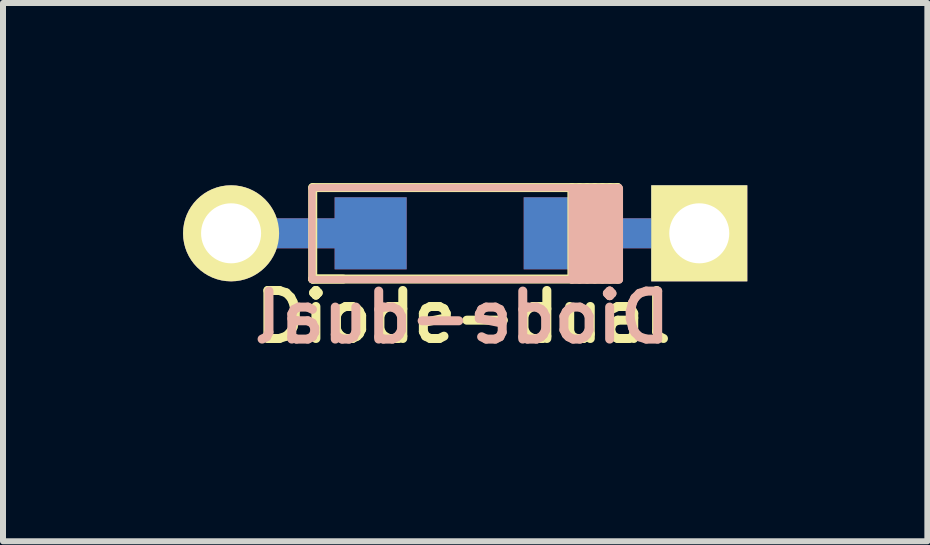
<source format=kicad_pcb>
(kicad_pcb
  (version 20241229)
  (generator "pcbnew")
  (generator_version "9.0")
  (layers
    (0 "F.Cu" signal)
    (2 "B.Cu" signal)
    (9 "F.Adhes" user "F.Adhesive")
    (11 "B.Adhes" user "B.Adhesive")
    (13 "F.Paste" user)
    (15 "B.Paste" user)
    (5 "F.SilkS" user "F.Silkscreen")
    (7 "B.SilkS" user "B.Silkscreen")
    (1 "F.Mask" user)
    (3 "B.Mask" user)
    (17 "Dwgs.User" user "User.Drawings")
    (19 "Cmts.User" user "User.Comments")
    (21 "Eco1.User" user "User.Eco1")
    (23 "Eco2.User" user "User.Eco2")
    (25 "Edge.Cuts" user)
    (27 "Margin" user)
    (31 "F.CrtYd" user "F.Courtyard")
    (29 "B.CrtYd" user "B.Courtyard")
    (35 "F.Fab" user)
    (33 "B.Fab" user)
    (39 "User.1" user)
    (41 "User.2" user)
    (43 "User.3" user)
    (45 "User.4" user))
  (footprint "Diode-dual"
    (layer "F.Cu")
    (at 4.7 0.837)
    (property "Reference" "Diode-dual" (at -0.03 1.39 0) (layer "F.SilkS") (effects (font (size 0.8 0.8) (thickness 0.15))))
    (attr smd)
    (fp_line (start -2.54 -0.762) (end -2.54 0.762) (stroke (width 0.15) (type solid)) (layer "F.SilkS"))
    (fp_line (start -2.54 0.762) (end -2.032 0.762) (stroke (width 0.15) (type solid)) (layer "F.SilkS"))
    (fp_line (start -2.54 0.762) (end 2.54 0.762) (stroke (width 0.15) (type solid)) (layer "F.SilkS"))
    (fp_line (start 1.778 0.762) (end 1.778 -0.762) (stroke (width 0.15) (type solid)) (layer "F.SilkS"))
    (fp_line (start 1.905 0.762) (end 1.905 -0.762) (stroke (width 0.15) (type solid)) (layer "F.SilkS"))
    (fp_line (start 2.032 -0.762) (end 2.032 0.762) (stroke (width 0.15) (type solid)) (layer "F.SilkS"))
    (fp_line (start 2.159 0.762) (end 2.159 -0.762) (stroke (width 0.15) (type solid)) (layer "F.SilkS"))
    (fp_line (start 2.286 -0.762) (end 2.286 0.762) (stroke (width 0.15) (type solid)) (layer "F.SilkS"))
    (fp_line (start 2.413 0.762) (end 2.413 -0.762) (stroke (width 0.15) (type solid)) (layer "F.SilkS"))
    (fp_line (start 2.54 -0.762) (end -2.54 -0.762) (stroke (width 0.15) (type solid)) (layer "F.SilkS"))
    (fp_line (start 2.54 0.762) (end 2.54 -0.762) (stroke (width 0.15) (type solid)) (layer "F.SilkS"))
    (fp_line (start -2.55 -0.76) (end 2.56 -0.76) (stroke (width 0.12) (type solid)) (layer "B.SilkS"))
    (fp_line (start -2.55 0.77) (end -2.55 -0.74) (stroke (width 0.12) (type solid)) (layer "B.SilkS"))
    (fp_line (start 2.57 -0.75) (end 2.57 0.77) (stroke (width 0.12) (type solid)) (layer "B.SilkS"))
    (fp_line (start 2.57 0.77) (end -2.55 0.77) (stroke (width 0.12) (type solid)) (layer "B.SilkS"))
    (fp_poly (pts (xy 2.57 0.79) (xy 1.77 0.79) (xy 1.77 -0.73) (xy 1.778 -0.74) (xy 1.77 -0.77) (xy 2.57 -0.77)) (stroke (width 0.1) (type solid)) (fill yes) (layer "B.SilkS"))
    (fp_text user "${REFERENCE}" (at -0.05 1.4 0) (layer "B.SilkS") (effects (font (size 0.8 0.8) (thickness 0.15)) (justify mirror)))
    (pad "1" smd rect (at 1.575 0) (size 1.2 1.2) (layers "F.Cu" "F.Mask" "F.Paste"))
    (pad "1" smd rect (at 1.575 0) (size 1.2 1.2) (layers "B.Cu" "B.Mask" "B.Paste"))
    (pad "1" smd rect (at 2.7 0) (size 2.5 0.5) (layers "F.Cu"))
    (pad "1" smd rect (at 2.7 0) (size 2.5 0.5) (layers "B.Cu"))
    (pad "1" thru_hole rect (at 3.9 0) (size 1.6 1.6) (drill 1) (layers "*.Cu" "*.Mask" "F.SilkS"))
    (pad "2" thru_hole circle (at -3.9 0) (size 1.6 1.6) (drill 1) (layers "*.Cu" "*.Mask" "F.SilkS"))
    (pad "2" smd rect (at -2.7 0) (size 2.5 0.5) (layers "F.Cu"))
    (pad "2" smd rect (at -2.7 0) (size 2.5 0.5) (layers "B.Cu"))
    (pad "2" smd rect (at -1.575 0) (size 1.2 1.2) (layers "F.Cu" "F.Mask" "F.Paste"))
    (pad "2" smd rect (at -1.575 0) (size 1.2 1.2) (layers "B.Cu" "B.Mask" "B.Paste")))
  (gr_rect
    (start -3 -3)
    (end 12.4 5.968)
    (stroke (width 0.1) (type default))
    (fill no)
    (layer "Edge.Cuts")))
</source>
